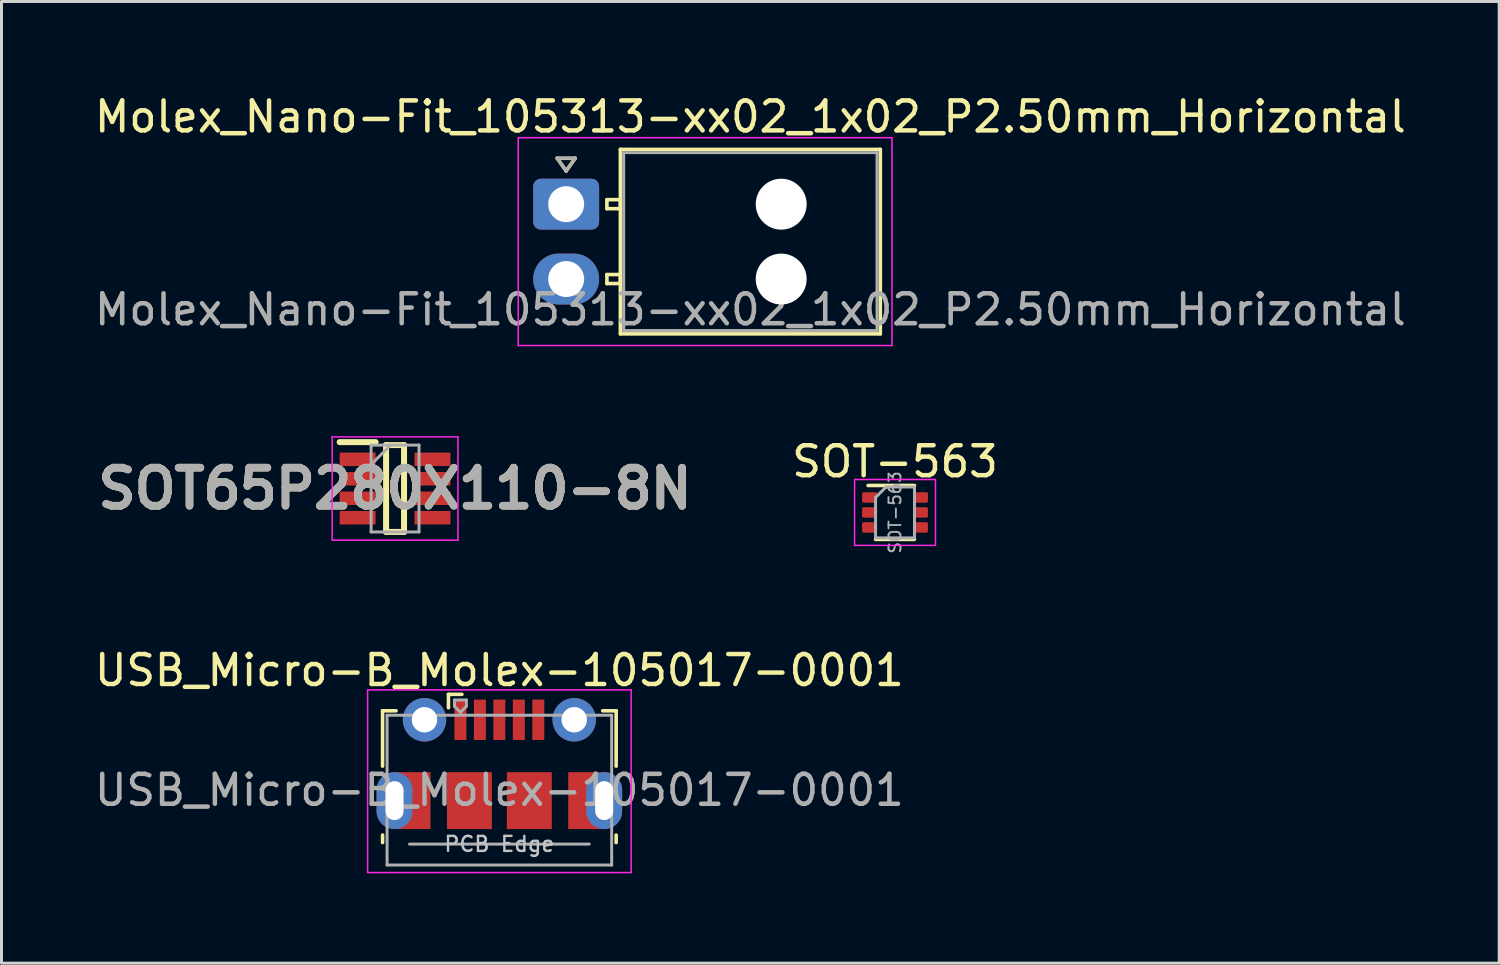
<source format=kicad_pcb>
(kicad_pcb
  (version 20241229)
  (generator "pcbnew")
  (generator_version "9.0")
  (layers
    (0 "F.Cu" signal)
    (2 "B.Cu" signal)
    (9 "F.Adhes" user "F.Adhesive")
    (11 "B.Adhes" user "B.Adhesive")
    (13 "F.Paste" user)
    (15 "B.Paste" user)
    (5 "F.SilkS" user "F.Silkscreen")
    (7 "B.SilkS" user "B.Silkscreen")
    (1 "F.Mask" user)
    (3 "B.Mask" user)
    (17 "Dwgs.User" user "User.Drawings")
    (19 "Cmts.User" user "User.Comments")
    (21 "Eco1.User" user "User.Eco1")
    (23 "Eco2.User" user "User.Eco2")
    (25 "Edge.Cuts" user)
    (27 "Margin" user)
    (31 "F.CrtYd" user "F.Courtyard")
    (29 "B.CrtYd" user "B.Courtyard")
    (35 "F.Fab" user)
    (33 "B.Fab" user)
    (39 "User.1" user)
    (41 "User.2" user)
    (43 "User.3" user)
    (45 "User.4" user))
  (footprint "SOT65P280X110-8N"
    (layer "F.Cu")
    (at 10.142 13.263)
    (property "Reference" "SOT65P280X110-8N" (at 0 0 0) (layer "F.SilkS") (effects (font (size 1.27 1.27) (thickness 0.254))))
    (attr smd)
    (fp_line (start -1.85 -1.55) (end -0.65 -1.55) (stroke (width 0.2) (type solid)) (layer "F.SilkS"))
    (fp_line (start -0.3 -1.45) (end 0.3 -1.45) (stroke (width 0.2) (type solid)) (layer "F.SilkS"))
    (fp_line (start -0.3 1.45) (end -0.3 -1.45) (stroke (width 0.2) (type solid)) (layer "F.SilkS"))
    (fp_line (start 0.3 -1.45) (end 0.3 1.45) (stroke (width 0.2) (type solid)) (layer "F.SilkS"))
    (fp_line (start 0.3 1.45) (end -0.3 1.45) (stroke (width 0.2) (type solid)) (layer "F.SilkS"))
    (fp_line (start -2.1 -1.725) (end 2.1 -1.725) (stroke (width 0.05) (type solid)) (layer "F.CrtYd"))
    (fp_line (start -2.1 1.725) (end -2.1 -1.725) (stroke (width 0.05) (type solid)) (layer "F.CrtYd"))
    (fp_line (start 2.1 -1.725) (end 2.1 1.725) (stroke (width 0.05) (type solid)) (layer "F.CrtYd"))
    (fp_line (start 2.1 1.725) (end -2.1 1.725) (stroke (width 0.05) (type solid)) (layer "F.CrtYd"))
    (fp_line (start -0.8 -1.45) (end 0.8 -1.45) (stroke (width 0.1) (type solid)) (layer "F.Fab"))
    (fp_line (start -0.8 -0.8) (end -0.15 -1.45) (stroke (width 0.1) (type solid)) (layer "F.Fab"))
    (fp_line (start -0.8 1.45) (end -0.8 -1.45) (stroke (width 0.1) (type solid)) (layer "F.Fab"))
    (fp_line (start 0.8 -1.45) (end 0.8 1.45) (stroke (width 0.1) (type solid)) (layer "F.Fab"))
    (fp_line (start 0.8 1.45) (end -0.8 1.45) (stroke (width 0.1) (type solid)) (layer "F.Fab"))
    (fp_text user "${REFERENCE}" (at 0 0 0) (layer "F.Fab") (effects (font (size 1.27 1.27) (thickness 0.254))))
    (pad "1" smd rect (at -1.25 -0.975 90) (size 0.45 1.2) (layers "F.Cu" "F.Mask" "F.Paste"))
    (pad "2" smd rect (at -1.25 -0.325 90) (size 0.45 1.2) (layers "F.Cu" "F.Mask" "F.Paste"))
    (pad "3" smd rect (at -1.25 0.325 90) (size 0.45 1.2) (layers "F.Cu" "F.Mask" "F.Paste"))
    (pad "4" smd rect (at -1.25 0.975 90) (size 0.45 1.2) (layers "F.Cu" "F.Mask" "F.Paste"))
    (pad "5" smd rect (at 1.25 0.975 90) (size 0.45 1.2) (layers "F.Cu" "F.Mask" "F.Paste"))
    (pad "6" smd rect (at 1.25 0.325 90) (size 0.45 1.2) (layers "F.Cu" "F.Mask" "F.Paste"))
    (pad "7" smd rect (at 1.25 -0.325 90) (size 0.45 1.2) (layers "F.Cu" "F.Mask" "F.Paste"))
    (pad "8" smd rect (at 1.25 -0.975 90) (size 0.45 1.2) (layers "F.Cu" "F.Mask" "F.Paste")))
  (footprint "SOT-563"
    (layer "F.Cu")
    (at 26.837 14.062)
    (property "Reference" "SOT-563" (at 0 -1.7 0) (layer "F.SilkS") (effects (font (size 1 1) (thickness 0.15))))
    (attr smd)
    (fp_line (start -0.9 -0.9) (end 0.65 -0.9) (stroke (width 0.12) (type solid)) (layer "F.SilkS"))
    (fp_line (start 0.65 0.9) (end -0.65 0.9) (stroke (width 0.12) (type solid)) (layer "F.SilkS"))
    (fp_line (start -1.35 -1.1) (end -1.35 1.1) (stroke (width 0.05) (type solid)) (layer "F.CrtYd"))
    (fp_line (start -1.35 -1.1) (end 1.35 -1.1) (stroke (width 0.05) (type solid)) (layer "F.CrtYd"))
    (fp_line (start 1.35 1.1) (end -1.35 1.1) (stroke (width 0.05) (type solid)) (layer "F.CrtYd"))
    (fp_line (start 1.35 1.1) (end 1.35 -1.1) (stroke (width 0.05) (type solid)) (layer "F.CrtYd"))
    (fp_line (start -0.65 -0.5) (end -0.65 0.85) (stroke (width 0.1) (type solid)) (layer "F.Fab"))
    (fp_line (start -0.65 -0.5) (end -0.3 -0.85) (stroke (width 0.1) (type solid)) (layer "F.Fab"))
    (fp_line (start -0.65 0.85) (end 0.65 0.85) (stroke (width 0.1) (type solid)) (layer "F.Fab"))
    (fp_line (start 0.65 -0.85) (end -0.3 -0.85) (stroke (width 0.1) (type solid)) (layer "F.Fab"))
    (fp_line (start 0.65 0.85) (end 0.65 -0.85) (stroke (width 0.1) (type solid)) (layer "F.Fab"))
    (fp_text user "${REFERENCE}" (at 0 0 90) (layer "F.Fab") (effects (font (size 0.4 0.4) (thickness 0.062))))
    (pad "1" smd roundrect (at -0.85 -0.5) (size 0.5 0.35) (layers "F.Cu" "F.Mask" "F.Paste") (roundrect_rratio 0.15))
    (pad "2" smd roundrect (at -0.85 0) (size 0.5 0.35) (layers "F.Cu" "F.Mask" "F.Paste") (roundrect_rratio 0.15))
    (pad "3" smd roundrect (at -0.85 0.5) (size 0.5 0.35) (layers "F.Cu" "F.Mask" "F.Paste") (roundrect_rratio 0.15))
    (pad "4" smd roundrect (at 0.85 0.5) (size 0.5 0.35) (layers "F.Cu" "F.Mask" "F.Paste") (roundrect_rratio 0.15))
    (pad "5" smd roundrect (at 0.85 0) (size 0.5 0.35) (layers "F.Cu" "F.Mask" "F.Paste") (roundrect_rratio 0.15))
    (pad "6" smd roundrect (at 0.85 -0.5) (size 0.5 0.35) (layers "F.Cu" "F.Mask" "F.Paste") (roundrect_rratio 0.15)))
  (footprint "USB_Micro-B_Molex-105017-0001"
    (layer "F.Cu")
    (at 13.625 22.447)
    (property "Reference" "USB_Micro-B_Molex-105017-0001" (at 0 -3.112 0) (layer "F.SilkS") (effects (font (size 1 1) (thickness 0.15))))
    (attr smd)
    (fp_line (start -3.9 -1.762) (end -3.45 -1.762) (stroke (width 0.12) (type solid)) (layer "F.SilkS"))
    (fp_line (start -3.9 0.087) (end -3.9 -1.762) (stroke (width 0.12) (type solid)) (layer "F.SilkS"))
    (fp_line (start -3.9 2.638) (end -3.9 2.388) (stroke (width 0.12) (type solid)) (layer "F.SilkS"))
    (fp_line (start -1.7 -2.312) (end -1.7 -1.863) (stroke (width 0.12) (type solid)) (layer "F.SilkS"))
    (fp_line (start -1.7 -2.312) (end -1.25 -2.312) (stroke (width 0.12) (type solid)) (layer "F.SilkS"))
    (fp_line (start 3.9 -1.762) (end 3.45 -1.762) (stroke (width 0.12) (type solid)) (layer "F.SilkS"))
    (fp_line (start 3.9 0.087) (end 3.9 -1.762) (stroke (width 0.12) (type solid)) (layer "F.SilkS"))
    (fp_line (start 3.9 2.638) (end 3.9 2.388) (stroke (width 0.12) (type solid)) (layer "F.SilkS"))
    (fp_line (start -4.4 -2.46) (end 4.4 -2.46) (stroke (width 0.05) (type solid)) (layer "F.CrtYd"))
    (fp_line (start -4.4 3.64) (end -4.4 -2.46) (stroke (width 0.05) (type solid)) (layer "F.CrtYd"))
    (fp_line (start -4.4 3.64) (end 4.4 3.64) (stroke (width 0.05) (type solid)) (layer "F.CrtYd"))
    (fp_line (start 4.4 -2.46) (end 4.4 3.64) (stroke (width 0.05) (type solid)) (layer "F.CrtYd"))
    (fp_line (start -3.75 -1.613) (end 3.75 -1.613) (stroke (width 0.1) (type solid)) (layer "F.Fab"))
    (fp_line (start -3.75 3.388) (end -3.75 -1.613) (stroke (width 0.1) (type solid)) (layer "F.Fab"))
    (fp_line (start -3.75 3.389) (end 3.75 3.389) (stroke (width 0.1) (type solid)) (layer "F.Fab"))
    (fp_line (start -3 2.689) (end 3 2.689) (stroke (width 0.1) (type solid)) (layer "F.Fab"))
    (fp_line (start -1.5 -2.123) (end -1.5 -1.913) (stroke (width 0.1) (type solid)) (layer "F.Fab"))
    (fp_line (start -1.5 -2.123) (end -1.1 -2.123) (stroke (width 0.1) (type solid)) (layer "F.Fab"))
    (fp_line (start -1.3 -1.712) (end -1.5 -1.913) (stroke (width 0.1) (type solid)) (layer "F.Fab"))
    (fp_line (start -1.1 -2.123) (end -1.1 -1.913) (stroke (width 0.1) (type solid)) (layer "F.Fab"))
    (fp_line (start -1.1 -1.913) (end -1.3 -1.712) (stroke (width 0.1) (type solid)) (layer "F.Fab"))
    (fp_line (start 3.75 3.388) (end 3.75 -1.613) (stroke (width 0.1) (type solid)) (layer "F.Fab"))
    (fp_text user "PCB Edge" (at 0 2.688 0) (layer "Dwgs.User") (effects (font (size 0.5 0.5) (thickness 0.08))))
    (fp_text user "${REFERENCE}" (at 0 0.887 0) (layer "F.Fab") (effects (font (size 1 1) (thickness 0.15))))
    (pad "1" smd rect (at -1.3 -1.462) (size 0.4 1.35) (layers "F.Cu" "F.Mask" "F.Paste"))
    (pad "2" smd rect (at -0.65 -1.462) (size 0.4 1.35) (layers "F.Cu" "F.Mask" "F.Paste"))
    (pad "3" smd rect (at 0 -1.462) (size 0.4 1.35) (layers "F.Cu" "F.Mask" "F.Paste"))
    (pad "4" smd rect (at 0.65 -1.462) (size 0.4 1.35) (layers "F.Cu" "F.Mask" "F.Paste"))
    (pad "5" smd rect (at 1.3 -1.462) (size 0.4 1.35) (layers "F.Cu" "F.Mask" "F.Paste"))
    (pad "6" thru_hole oval (at -3.5 1.238 180) (size 1.2 1.9) (drill oval 0.6 1.3) (layers "*.Cu" "*.Mask" "F.Paste"))
    (pad "6" smd rect (at -2.9 1.238) (size 1.2 1.9) (layers "F.Cu" "F.Mask" "F.Paste"))
    (pad "6" thru_hole circle (at -2.5 -1.462) (size 1.45 1.45) (drill 0.85) (layers "*.Cu" "*.Mask" "F.Paste"))
    (pad "6" smd rect (at -1 1.238) (size 1.5 1.9) (layers "F.Cu" "F.Mask" "F.Paste"))
    (pad "6" smd rect (at 1 1.238) (size 1.5 1.9) (layers "F.Cu" "F.Mask" "F.Paste"))
    (pad "6" thru_hole circle (at 2.5 -1.462) (size 1.45 1.45) (drill 0.85) (layers "*.Cu" "*.Mask" "F.Paste"))
    (pad "6" smd rect (at 2.9 1.238) (size 1.2 1.9) (layers "F.Cu" "F.Mask" "F.Paste"))
    (pad "6" thru_hole oval (at 3.5 1.238) (size 1.2 1.9) (drill oval 0.6 1.3) (layers "*.Cu" "*.Mask" "F.Paste")))
  (footprint "Molex_Nano-Fit_105313-xx02_1x02_P2.50mm_Horizontal"
    (layer "F.Cu")
    (at 15.856 3.768)
    (property "Reference" "Molex_Nano-Fit_105313-xx02_1x02_P2.50mm_Horizontal" (at 6.15 -2.92 0) (layer "F.SilkS") (effects (font (size 1 1) (thickness 0.15))))
    (attr through_hole)
    (fp_line (start -0.3 -1.534) (end 0 -1.11) (stroke (width 0.12) (type solid)) (layer "F.SilkS"))
    (fp_line (start 0 -1.11) (end 0.3 -1.534) (stroke (width 0.12) (type solid)) (layer "F.SilkS"))
    (fp_line (start 0.3 -1.534) (end -0.3 -1.534) (stroke (width 0.12) (type solid)) (layer "F.SilkS"))
    (fp_line (start 1.36 -0.15) (end 1.36 0.15) (stroke (width 0.12) (type solid)) (layer "F.SilkS"))
    (fp_line (start 1.36 0.15) (end 1.81 0.15) (stroke (width 0.12) (type solid)) (layer "F.SilkS"))
    (fp_line (start 1.36 2.35) (end 1.36 2.65) (stroke (width 0.12) (type solid)) (layer "F.SilkS"))
    (fp_line (start 1.36 2.65) (end 1.81 2.65) (stroke (width 0.12) (type solid)) (layer "F.SilkS"))
    (fp_line (start 1.81 -1.83) (end 1.81 4.33) (stroke (width 0.12) (type solid)) (layer "F.SilkS"))
    (fp_line (start 1.81 -0.15) (end 1.36 -0.15) (stroke (width 0.12) (type solid)) (layer "F.SilkS"))
    (fp_line (start 1.81 0.15) (end 1.81 -0.15) (stroke (width 0.12) (type solid)) (layer "F.SilkS"))
    (fp_line (start 1.81 2.35) (end 1.36 2.35) (stroke (width 0.12) (type solid)) (layer "F.SilkS"))
    (fp_line (start 1.81 2.65) (end 1.81 2.35) (stroke (width 0.12) (type solid)) (layer "F.SilkS"))
    (fp_line (start 1.81 4.33) (end 10.49 4.33) (stroke (width 0.12) (type solid)) (layer "F.SilkS"))
    (fp_line (start 10.49 -1.83) (end 1.81 -1.83) (stroke (width 0.12) (type solid)) (layer "F.SilkS"))
    (fp_line (start 10.49 4.33) (end 10.49 -1.83) (stroke (width 0.12) (type solid)) (layer "F.SilkS"))
    (fp_line (start -1.6 -2.22) (end -1.6 4.72) (stroke (width 0.05) (type solid)) (layer "F.CrtYd"))
    (fp_line (start -1.6 4.72) (end 10.88 4.72) (stroke (width 0.05) (type solid)) (layer "F.CrtYd"))
    (fp_line (start 10.88 -2.22) (end -1.6 -2.22) (stroke (width 0.05) (type solid)) (layer "F.CrtYd"))
    (fp_line (start 10.88 4.72) (end 10.88 -2.22) (stroke (width 0.05) (type solid)) (layer "F.CrtYd"))
    (fp_line (start -0.3 -1.534) (end 0 -1.11) (stroke (width 0.1) (type solid)) (layer "F.Fab"))
    (fp_line (start 0 -1.11) (end 0.3 -1.534) (stroke (width 0.1) (type solid)) (layer "F.Fab"))
    (fp_line (start 0.3 -1.534) (end -0.3 -1.534) (stroke (width 0.1) (type solid)) (layer "F.Fab"))
    (fp_line (start 1.92 -1.72) (end 1.92 4.22) (stroke (width 0.1) (type solid)) (layer "F.Fab"))
    (fp_line (start 1.92 4.22) (end 10.38 4.22) (stroke (width 0.1) (type solid)) (layer "F.Fab"))
    (fp_line (start 10.38 -1.72) (end 1.92 -1.72) (stroke (width 0.1) (type solid)) (layer "F.Fab"))
    (fp_line (start 10.38 4.22) (end 10.38 -1.72) (stroke (width 0.1) (type solid)) (layer "F.Fab"))
    (fp_text user "${REFERENCE}" (at 6.15 3.52 0) (layer "F.Fab") (effects (font (size 1 1) (thickness 0.15))))
    (pad "" np_thru_hole circle (at 7.18 0) (size 1.7 1.7) (drill 1.7) (layers "*.Cu" "*.Mask"))
    (pad "" np_thru_hole circle (at 7.18 2.5) (size 1.7 1.7) (drill 1.7) (layers "*.Cu" "*.Mask"))
    (pad "1" thru_hole roundrect (at 0 0) (size 2.2 1.7) (drill 1.2) (layers "*.Cu" "*.Mask") (roundrect_rratio 0.147))
    (pad "2" thru_hole oval (at 0 2.5) (size 2.2 1.7) (drill 1.2) (layers "*.Cu" "*.Mask")))
  (gr_rect
    (start -3 -3)
    (end 47.012 29.112)
    (stroke (width 0.1) (type default))
    (fill no)
    (layer "Edge.Cuts")))
</source>
